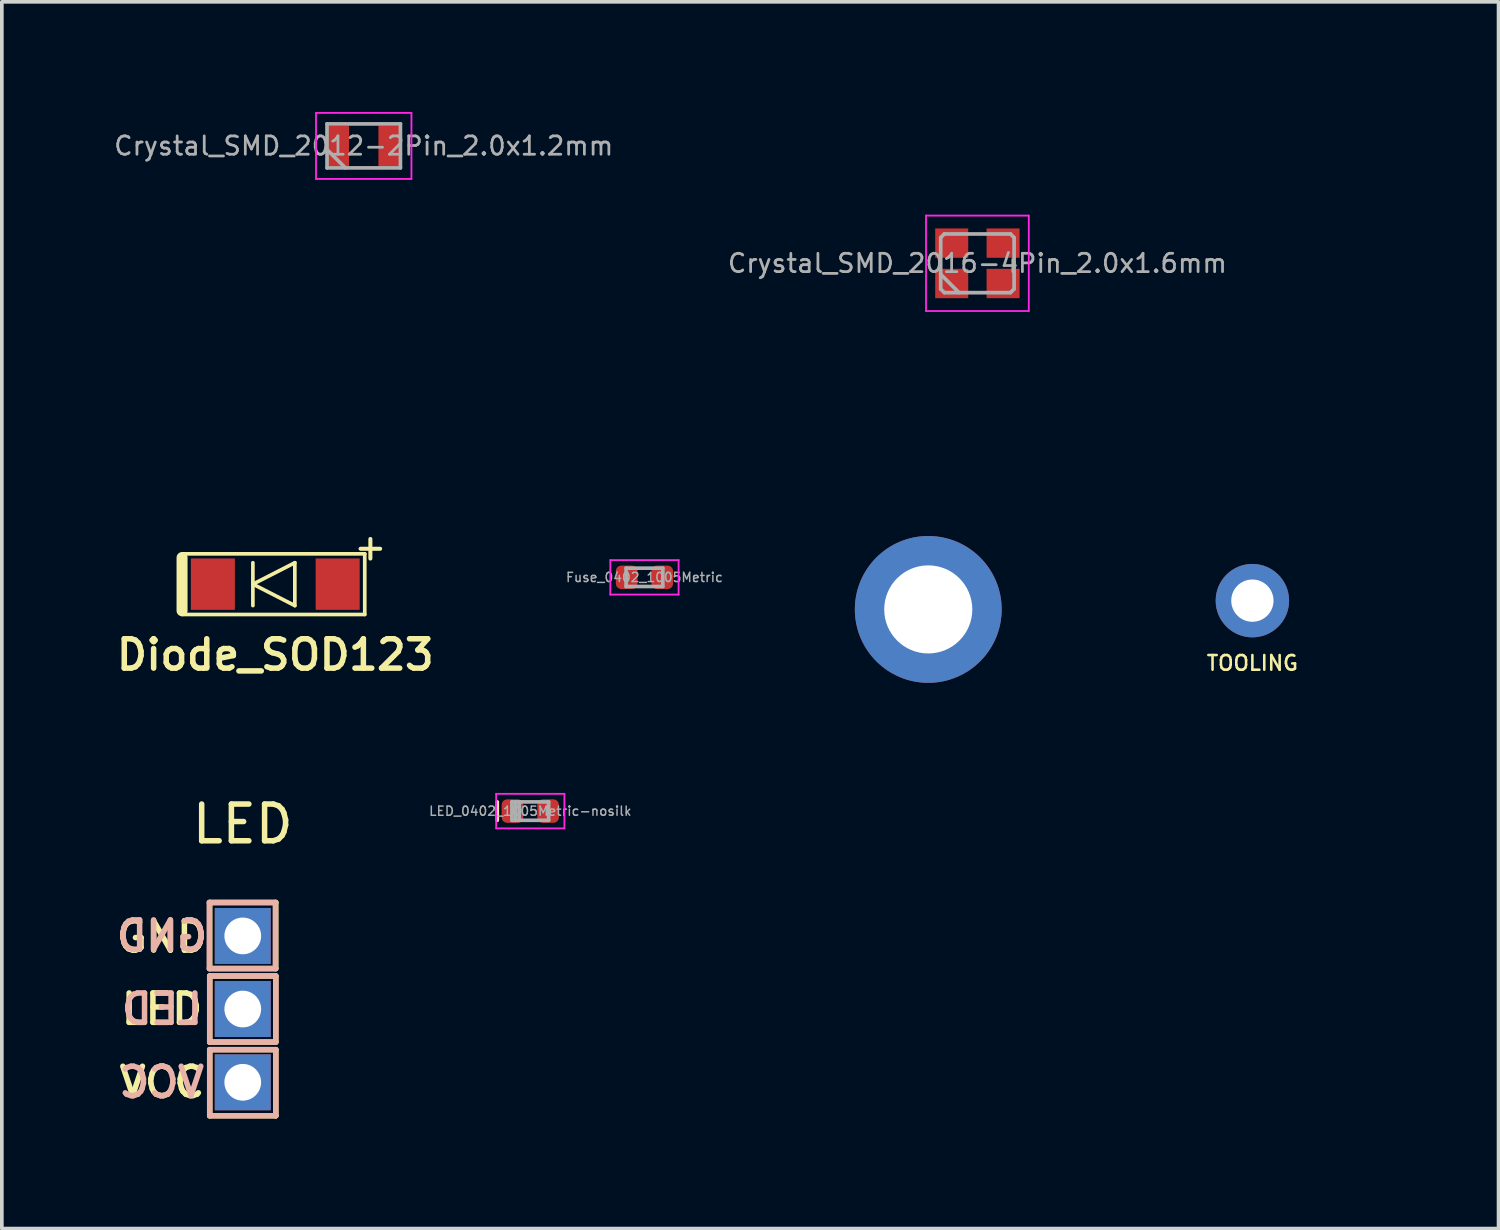
<source format=kicad_pcb>
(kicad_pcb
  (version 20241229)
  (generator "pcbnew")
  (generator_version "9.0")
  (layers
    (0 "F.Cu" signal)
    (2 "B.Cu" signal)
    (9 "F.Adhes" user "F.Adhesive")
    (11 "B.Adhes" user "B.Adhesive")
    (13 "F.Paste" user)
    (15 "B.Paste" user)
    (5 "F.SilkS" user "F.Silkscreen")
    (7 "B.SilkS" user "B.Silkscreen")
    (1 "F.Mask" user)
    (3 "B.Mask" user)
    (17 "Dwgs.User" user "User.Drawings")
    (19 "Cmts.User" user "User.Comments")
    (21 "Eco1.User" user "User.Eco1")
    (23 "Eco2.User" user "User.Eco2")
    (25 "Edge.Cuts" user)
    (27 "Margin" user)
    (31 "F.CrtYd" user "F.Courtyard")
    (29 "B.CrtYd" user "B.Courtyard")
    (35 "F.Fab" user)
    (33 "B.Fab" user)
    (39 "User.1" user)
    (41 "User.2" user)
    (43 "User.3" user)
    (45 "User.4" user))
  (footprint "Fuse_0402_1005Metric"
    (layer "F.Cu")
    (at 14.509 12.68)
    (property "Reference" "Fuse_0402_1005Metric" (at 0 -1.17 0) (layer "Eco2.User") (effects (font (size 0.3 0.3) (thickness 0.05))))
    (attr smd)
    (fp_line (start -0.93 -0.47) (end 0.93 -0.47) (stroke (width 0.05) (type solid)) (layer "F.CrtYd"))
    (fp_line (start -0.93 0.47) (end -0.93 -0.47) (stroke (width 0.05) (type solid)) (layer "F.CrtYd"))
    (fp_line (start 0.93 -0.47) (end 0.93 0.47) (stroke (width 0.05) (type solid)) (layer "F.CrtYd"))
    (fp_line (start 0.93 0.47) (end -0.93 0.47) (stroke (width 0.05) (type solid)) (layer "F.CrtYd"))
    (fp_line (start -0.5 -0.25) (end 0.5 -0.25) (stroke (width 0.1) (type solid)) (layer "F.Fab"))
    (fp_line (start -0.5 0.25) (end -0.5 -0.25) (stroke (width 0.1) (type solid)) (layer "F.Fab"))
    (fp_line (start 0.5 -0.25) (end 0.5 0.25) (stroke (width 0.1) (type solid)) (layer "F.Fab"))
    (fp_line (start 0.5 0.25) (end -0.5 0.25) (stroke (width 0.1) (type solid)) (layer "F.Fab"))
    (fp_text user "${REFERENCE}" (at 0 0 0) (layer "F.Fab") (effects (font (size 0.25 0.25) (thickness 0.04))))
    (pad "1" smd roundrect (at -0.485 0) (size 0.59 0.64) (layers "F.Cu" "F.Mask" "F.Paste") (roundrect_rratio 0.25))
    (pad "2" smd roundrect (at 0.485 0) (size 0.59 0.64) (layers "F.Cu" "F.Mask" "F.Paste") (roundrect_rratio 0.25)))
  (footprint "LED_0402_1005Metric-nosilk"
    (layer "F.Cu")
    (at 11.398 19.049)
    (property "Reference" "LED_0402_1005Metric-nosilk" (at 0 0 0) (layer "Eco2.User") (effects (font (size 0.3 0.3) (thickness 0.05) (bold yes))))
    (attr smd)
    (fp_line (start -0.9 -0.25) (end -0.9 0.25) (stroke (width 0.1) (type default)) (layer "F.SilkS"))
    (fp_line (start -0.93 -0.47) (end 0.93 -0.47) (stroke (width 0.05) (type solid)) (layer "F.CrtYd"))
    (fp_line (start -0.93 0.47) (end -0.93 -0.47) (stroke (width 0.05) (type solid)) (layer "F.CrtYd"))
    (fp_line (start 0.93 -0.47) (end 0.93 0.47) (stroke (width 0.05) (type solid)) (layer "F.CrtYd"))
    (fp_line (start 0.93 0.47) (end -0.93 0.47) (stroke (width 0.05) (type solid)) (layer "F.CrtYd"))
    (fp_line (start -0.5 -0.25) (end 0.5 -0.25) (stroke (width 0.1) (type solid)) (layer "F.Fab"))
    (fp_line (start -0.5 0.25) (end -0.5 -0.25) (stroke (width 0.1) (type solid)) (layer "F.Fab"))
    (fp_line (start -0.4 0.25) (end -0.4 -0.25) (stroke (width 0.1) (type solid)) (layer "F.Fab"))
    (fp_line (start -0.3 0.25) (end -0.3 -0.25) (stroke (width 0.1) (type solid)) (layer "F.Fab"))
    (fp_line (start 0.5 -0.25) (end 0.5 0.25) (stroke (width 0.1) (type solid)) (layer "F.Fab"))
    (fp_line (start 0.5 0.25) (end -0.5 0.25) (stroke (width 0.1) (type solid)) (layer "F.Fab"))
    (fp_text user "${REFERENCE}" (at 0 0 0) (layer "F.Fab") (effects (font (size 0.25 0.25) (thickness 0.04))))
    (pad "1" smd roundrect (at -0.485 0) (size 0.59 0.64) (layers "F.Cu" "F.Mask" "F.Paste") (roundrect_rratio 0.25))
    (pad "2" smd roundrect (at 0.485 0) (size 0.59 0.64) (layers "F.Cu" "F.Mask" "F.Paste") (roundrect_rratio 0.25)))
  (footprint "HOLE_4.0OD_2.4ID"
    (layer "F.Cu")
    (at 22.241 13.554)
    (property "Reference" "HOLE_4.0OD_2.4ID" (at 0 -2 0) (layer "Eco2.User") (effects (font (size 0.3 0.3) (thickness 0.075))))
    (attr through_hole)
    (pad "" thru_hole circle (at 0 0) (size 4 4) (drill 2.4) (layers "*.Cu" "*.Mask")))
  (footprint "Diode_SOD123"
    (layer "F.Cu")
    (at 4.45 12.866)
    (property "Reference" "Diode_SOD123" (at 0 1.925 0) (layer "F.SilkS") (effects (font (size 0.8 0.8) (thickness 0.15))))
    (attr smd)
    (fp_line (start -2.54 -0.826) (end 2.438 -0.826) (stroke (width 0.1) (type solid)) (layer "F.SilkS"))
    (fp_line (start -2.54 -0.724) (end -2.54 0.724) (stroke (width 0.3) (type solid)) (layer "F.SilkS"))
    (fp_line (start -0.61 -0.584) (end -0.61 0.584) (stroke (width 0.1) (type solid)) (layer "F.SilkS"))
    (fp_line (start -0.61 0) (end 0.533 -0.584) (stroke (width 0.1) (type solid)) (layer "F.SilkS"))
    (fp_line (start 0.533 -0.584) (end 0.533 0.584) (stroke (width 0.1) (type solid)) (layer "F.SilkS"))
    (fp_line (start 0.533 0.584) (end -0.61 0) (stroke (width 0.1) (type solid)) (layer "F.SilkS"))
    (fp_line (start 2.438 -0.826) (end 2.438 0.826) (stroke (width 0.1) (type solid)) (layer "F.SilkS"))
    (fp_line (start 2.438 0.826) (end -2.54 0.826) (stroke (width 0.1) (type solid)) (layer "F.SilkS"))
    (fp_text user "+" (at 2.591 -1.016 0) (layer "F.SilkS") (effects (font (size 0.7 0.7) (thickness 0.11))))
    (pad "1" smd rect (at -1.7 0) (size 1.2 1.4) (layers "F.Cu" "F.Mask" "F.Paste"))
    (pad "2" smd rect (at 1.7 0) (size 1.2 1.4) (layers "F.Cu" "F.Mask" "F.Paste")))
  (footprint "Crystal_SMD_2016-4Pin_2.0x1.6mm"
    (layer "F.Cu")
    (at 23.58 4.124)
    (property "Reference" "Crystal_SMD_2016-4Pin_2.0x1.6mm" (at 0 0 270) (layer "Eco2.User") (effects (font (size 0.3 0.3) (thickness 0.05))))
    (attr smd)
    (fp_line (start -1.4 -1.3) (end -1.4 1.3) (stroke (width 0.05) (type solid)) (layer "F.CrtYd"))
    (fp_line (start -1.4 1.3) (end 1.4 1.3) (stroke (width 0.05) (type solid)) (layer "F.CrtYd"))
    (fp_line (start 1.4 -1.3) (end -1.4 -1.3) (stroke (width 0.05) (type solid)) (layer "F.CrtYd"))
    (fp_line (start 1.4 1.3) (end 1.4 -1.3) (stroke (width 0.05) (type solid)) (layer "F.CrtYd"))
    (fp_line (start -1 -0.7) (end -0.9 -0.8) (stroke (width 0.1) (type solid)) (layer "F.Fab"))
    (fp_line (start -1 0.3) (end -0.5 0.8) (stroke (width 0.1) (type solid)) (layer "F.Fab"))
    (fp_line (start -1 0.7) (end -1 -0.7) (stroke (width 0.1) (type solid)) (layer "F.Fab"))
    (fp_line (start -0.9 -0.8) (end 0.9 -0.8) (stroke (width 0.1) (type solid)) (layer "F.Fab"))
    (fp_line (start -0.9 0.8) (end -1 0.7) (stroke (width 0.1) (type solid)) (layer "F.Fab"))
    (fp_line (start 0.9 -0.8) (end 1 -0.7) (stroke (width 0.1) (type solid)) (layer "F.Fab"))
    (fp_line (start 0.9 0.8) (end -0.9 0.8) (stroke (width 0.1) (type solid)) (layer "F.Fab"))
    (fp_line (start 1 -0.7) (end 1 0.7) (stroke (width 0.1) (type solid)) (layer "F.Fab"))
    (fp_line (start 1 0.7) (end 0.9 0.8) (stroke (width 0.1) (type solid)) (layer "F.Fab"))
    (fp_text user "${REFERENCE}" (at 0 0 0) (layer "F.Fab") (effects (font (size 0.5 0.5) (thickness 0.075))))
    (pad "1" smd rect (at -0.7 0.55) (size 0.9 0.8) (layers "F.Cu" "F.Mask" "F.Paste"))
    (pad "2" smd rect (at 0.7 0.55) (size 0.9 0.8) (layers "F.Cu" "F.Mask" "F.Paste"))
    (pad "3" smd rect (at 0.7 -0.55) (size 0.9 0.8) (layers "F.Cu" "F.Mask" "F.Paste"))
    (pad "4" smd rect (at -0.7 -0.55) (size 0.9 0.8) (layers "F.Cu" "F.Mask" "F.Paste")))
  (footprint "jlcpcb_tooling_hole"
    (layer "F.Cu")
    (at 31.072 13.315)
    (property "Reference" "jlcpcb_tooling_hole" (at 0 -1.6 0) (layer "Eco2.User") (effects (font (size 0.5 0.5) (thickness 0.1))))
    (attr through_hole)
    (fp_text user "TOOLING" (at 0 1.7 0) (layer "F.SilkS") (effects (font (size 0.4 0.4) (thickness 0.07))))
    (pad "" np_thru_hole circle (at 0 0) (size 2 2) (drill 1.152) (layers "*.Cu" "*.Mask")))
  (footprint "LED"
    (layer "F.Cu")
    (at 3.564 21.942)
    (property "Reference" "LED" (at 0 -2.54 0) (layer "F.SilkS") (effects (font (size 1 1) (thickness 0.15))))
    (attr through_hole)
    (fp_line (start -0.9 -0.403) (end 0.9 -0.403) (stroke (width 0.15) (type solid)) (layer "F.SilkS"))
    (fp_line (start -0.9 1.397) (end -0.9 -0.403) (stroke (width 0.15) (type solid)) (layer "F.SilkS"))
    (fp_line (start -0.9 1.6) (end -0.9 3.4) (stroke (width 0.15) (type solid)) (layer "F.SilkS"))
    (fp_line (start -0.9 1.6) (end 0.9 1.6) (stroke (width 0.15) (type solid)) (layer "F.SilkS"))
    (fp_line (start -0.9 3.607) (end -0.9 5.407) (stroke (width 0.15) (type solid)) (layer "F.SilkS"))
    (fp_line (start -0.9 3.607) (end 0.9 3.607) (stroke (width 0.15) (type solid)) (layer "F.SilkS"))
    (fp_line (start 0.9 -0.403) (end 0.9 1.397) (stroke (width 0.15) (type solid)) (layer "F.SilkS"))
    (fp_line (start 0.9 1.397) (end -0.9 1.397) (stroke (width 0.15) (type solid)) (layer "F.SilkS"))
    (fp_line (start 0.9 1.6) (end 0.9 3.4) (stroke (width 0.15) (type solid)) (layer "F.SilkS"))
    (fp_line (start 0.9 3.4) (end -0.9 3.4) (stroke (width 0.15) (type solid)) (layer "F.SilkS"))
    (fp_line (start 0.9 3.607) (end 0.9 5.407) (stroke (width 0.15) (type solid)) (layer "F.SilkS"))
    (fp_line (start 0.9 5.407) (end -0.9 5.407) (stroke (width 0.15) (type solid)) (layer "F.SilkS"))
    (fp_line (start -0.911 -0.403) (end 0.889 -0.403) (stroke (width 0.15) (type solid)) (layer "B.SilkS"))
    (fp_line (start -0.911 1.397) (end -0.911 -0.403) (stroke (width 0.15) (type solid)) (layer "B.SilkS"))
    (fp_line (start -0.9 1.6) (end 0.9 1.6) (stroke (width 0.15) (type solid)) (layer "B.SilkS"))
    (fp_line (start -0.9 3.4) (end -0.9 1.6) (stroke (width 0.15) (type solid)) (layer "B.SilkS"))
    (fp_line (start -0.9 3.607) (end 0.9 3.607) (stroke (width 0.15) (type solid)) (layer "B.SilkS"))
    (fp_line (start -0.9 5.407) (end -0.9 3.607) (stroke (width 0.15) (type solid)) (layer "B.SilkS"))
    (fp_line (start 0.889 -0.403) (end 0.889 1.397) (stroke (width 0.15) (type solid)) (layer "B.SilkS"))
    (fp_line (start 0.889 1.397) (end -0.911 1.397) (stroke (width 0.15) (type solid)) (layer "B.SilkS"))
    (fp_line (start 0.9 1.6) (end 0.9 3.4) (stroke (width 0.15) (type solid)) (layer "B.SilkS"))
    (fp_line (start 0.9 3.4) (end -0.9 3.4) (stroke (width 0.15) (type solid)) (layer "B.SilkS"))
    (fp_line (start 0.9 3.607) (end 0.9 5.407) (stroke (width 0.15) (type solid)) (layer "B.SilkS"))
    (fp_line (start 0.9 5.407) (end -0.9 5.407) (stroke (width 0.15) (type solid)) (layer "B.SilkS"))
    (fp_text user "VCC" (at -2.2 4.496 0) (layer "F.SilkS") (effects (font (size 0.8 0.8) (thickness 0.15))))
    (fp_text user "LED" (at -2.2 2.5 180) (layer "F.SilkS") (effects (font (size 0.8 0.8) (thickness 0.15))))
    (fp_text user "GND" (at -2.2 0.533 0) (layer "F.SilkS") (effects (font (size 0.8 0.8) (thickness 0.15))))
    (fp_text user "VCC" (at -2.21 4.496 0) (layer "B.SilkS") (effects (font (size 0.8 0.8) (thickness 0.15)) (justify mirror)))
    (fp_text user "LED" (at -2.2 2.5 0) (layer "B.SilkS") (effects (font (size 0.8 0.8) (thickness 0.15)) (justify mirror)))
    (fp_text user "GND" (at -2.2 0.508 0) (layer "B.SilkS") (effects (font (size 0.8 0.8) (thickness 0.15)) (justify mirror)))
    (pad "1" thru_hole rect (at 0 0.508 90) (size 1.524 1.524) (drill 1) (layers "*.Cu" "*.Mask"))
    (pad "2" thru_hole rect (at 0 2.5) (size 1.524 1.524) (drill 1) (layers "*.Cu" "*.Mask"))
    (pad "3" thru_hole rect (at 0 4.496) (size 1.524 1.524) (drill 1) (layers "*.Cu" "*.Mask")))
  (footprint "Crystal_SMD_2012-2Pin_2.0x1.2mm"
    (layer "F.Cu")
    (at 6.86 0.925)
    (property "Reference" "Crystal_SMD_2012-2Pin_2.0x1.2mm" (at 0 0 180) (layer "Eco2.User") (effects (font (size 0.3 0.3) (thickness 0.05))))
    (attr smd)
    (fp_line (start -1.3 -0.9) (end -1.3 0.9) (stroke (width 0.05) (type solid)) (layer "F.CrtYd"))
    (fp_line (start -1.3 0.9) (end 1.3 0.9) (stroke (width 0.05) (type solid)) (layer "F.CrtYd"))
    (fp_line (start 1.3 -0.9) (end -1.3 -0.9) (stroke (width 0.05) (type solid)) (layer "F.CrtYd"))
    (fp_line (start 1.3 0.9) (end 1.3 -0.9) (stroke (width 0.05) (type solid)) (layer "F.CrtYd"))
    (fp_line (start -1 -0.6) (end -1 0.6) (stroke (width 0.1) (type solid)) (layer "F.Fab"))
    (fp_line (start -1 0.1) (end -0.5 0.6) (stroke (width 0.1) (type solid)) (layer "F.Fab"))
    (fp_line (start -1 0.6) (end 1 0.6) (stroke (width 0.1) (type solid)) (layer "F.Fab"))
    (fp_line (start 1 -0.6) (end -1 -0.6) (stroke (width 0.1) (type solid)) (layer "F.Fab"))
    (fp_line (start 1 0.6) (end 1 -0.6) (stroke (width 0.1) (type solid)) (layer "F.Fab"))
    (fp_text user "${REFERENCE}" (at 0 0 180) (layer "F.Fab") (effects (font (size 0.5 0.5) (thickness 0.075))))
    (pad "1" smd rect (at -0.7 0) (size 0.6 1.1) (layers "F.Cu" "F.Mask" "F.Paste"))
    (pad "2" smd rect (at 0.7 0) (size 0.6 1.1) (layers "F.Cu" "F.Mask" "F.Paste")))
  (gr_rect
    (start -3 -3)
    (end 37.779 30.424)
    (stroke (width 0.1) (type default))
    (fill no)
    (layer "Edge.Cuts")))
</source>
